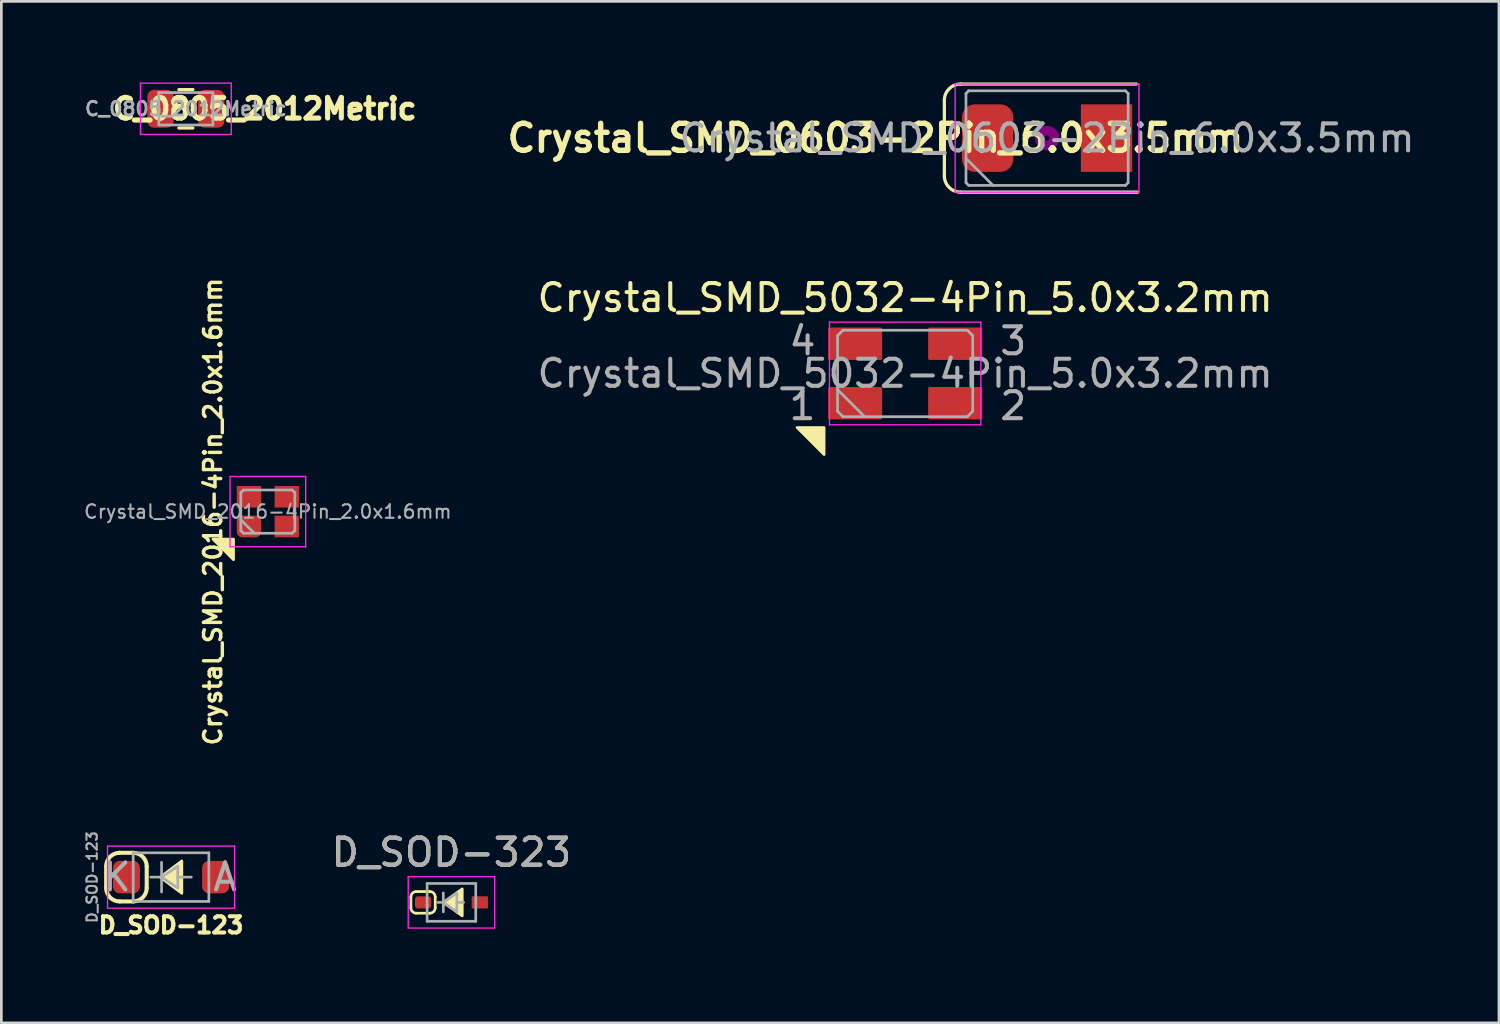
<source format=kicad_pcb>
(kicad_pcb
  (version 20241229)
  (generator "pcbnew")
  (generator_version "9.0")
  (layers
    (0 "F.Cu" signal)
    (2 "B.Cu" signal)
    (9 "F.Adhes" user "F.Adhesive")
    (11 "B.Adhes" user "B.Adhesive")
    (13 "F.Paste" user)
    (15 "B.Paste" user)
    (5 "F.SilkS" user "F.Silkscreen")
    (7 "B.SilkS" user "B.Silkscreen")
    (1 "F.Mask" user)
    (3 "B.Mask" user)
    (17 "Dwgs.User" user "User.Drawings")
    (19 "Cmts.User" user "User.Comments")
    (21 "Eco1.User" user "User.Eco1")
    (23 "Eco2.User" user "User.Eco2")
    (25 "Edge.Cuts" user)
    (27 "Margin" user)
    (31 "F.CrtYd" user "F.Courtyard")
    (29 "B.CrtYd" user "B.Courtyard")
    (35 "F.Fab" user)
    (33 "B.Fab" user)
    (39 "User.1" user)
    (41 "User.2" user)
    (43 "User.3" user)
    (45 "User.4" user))
  (footprint "Crystal_SMD_5032-4Pin_5.0x3.2mm"
    (layer "F.Cu")
    (at 30.44 10.768)
    (property "Reference" "Crystal_SMD_5032-4Pin_5.0x3.2mm" (at 0 -2.8 0) (layer "F.SilkS") (effects (font (size 1 1) (thickness 0.15))))
    (attr smd)
    (fp_poly (pts (xy -4 2) (xy -3 2) (xy -3 3)) (stroke (width 0.1) (type solid)) (fill yes) (layer "F.SilkS"))
    (fp_line (start -2.8 -1.9) (end -2.8 1.9) (stroke (width 0.05) (type solid)) (layer "F.CrtYd"))
    (fp_line (start -2.8 1.9) (end 2.8 1.9) (stroke (width 0.05) (type solid)) (layer "F.CrtYd"))
    (fp_line (start 2.8 -1.9) (end -2.8 -1.9) (stroke (width 0.05) (type solid)) (layer "F.CrtYd"))
    (fp_line (start 2.8 1.9) (end 2.8 -1.9) (stroke (width 0.05) (type solid)) (layer "F.CrtYd"))
    (fp_line (start -2.5 -1.4) (end -2.3 -1.6) (stroke (width 0.1) (type solid)) (layer "F.Fab"))
    (fp_line (start -2.5 0.6) (end -1.5 1.6) (stroke (width 0.1) (type solid)) (layer "F.Fab"))
    (fp_line (start -2.5 1.4) (end -2.5 -1.4) (stroke (width 0.1) (type solid)) (layer "F.Fab"))
    (fp_line (start -2.3 -1.6) (end 2.3 -1.6) (stroke (width 0.1) (type solid)) (layer "F.Fab"))
    (fp_line (start -2.3 1.6) (end -2.5 1.4) (stroke (width 0.1) (type solid)) (layer "F.Fab"))
    (fp_line (start 2.3 -1.6) (end 2.5 -1.4) (stroke (width 0.1) (type solid)) (layer "F.Fab"))
    (fp_line (start 2.3 1.6) (end -2.3 1.6) (stroke (width 0.1) (type solid)) (layer "F.Fab"))
    (fp_line (start 2.5 -1.4) (end 2.5 1.4) (stroke (width 0.1) (type solid)) (layer "F.Fab"))
    (fp_line (start 2.5 1.4) (end 2.3 1.6) (stroke (width 0.1) (type solid)) (layer "F.Fab"))
    (fp_text user "${REFERENCE}" (at 0 0 0) (layer "F.Fab") (effects (font (size 1 1) (thickness 0.15))))
    (fp_text user "4" (at -3.8 -1.2 0) (layer "F.Fab") (effects (font (size 1 1) (thickness 0.15))))
    (fp_text user "1" (at -3.8 1.2 0) (layer "F.Fab") (effects (font (size 1 1) (thickness 0.15))))
    (fp_text user "3" (at 4 -1.2 0) (layer "F.Fab") (effects (font (size 1 1) (thickness 0.15))))
    (fp_text user "2" (at 4 1.2 0) (layer "F.Fab") (effects (font (size 1 1) (thickness 0.15))))
    (pad "1" smd roundrect (at -1.85 1.1) (size 2 1.2) (layers "F.Cu" "F.Mask" "F.Paste") (roundrect_rratio 0.05))
    (pad "2" smd roundrect (at 1.85 1.1) (size 2 1.2) (layers "F.Cu" "F.Mask" "F.Paste") (roundrect_rratio 0.05))
    (pad "3" smd roundrect (at 1.85 -1.1) (size 2 1.2) (layers "F.Cu" "F.Mask" "F.Paste") (roundrect_rratio 0.05))
    (pad "4" smd roundrect (at -1.85 -1.1) (size 2 1.2) (layers "F.Cu" "F.Mask" "F.Paste") (roundrect_rratio 0.05)))
  (footprint "Crystal_SMD_2016-4Pin_2.0x1.6mm"
    (layer "F.Cu")
    (at 6.86 15.88)
    (property "Reference" "Crystal_SMD_2016-4Pin_2.0x1.6mm" (at -2.032 0 270) (layer "F.SilkS") (effects (font (size 0.635 0.635) (thickness 0.127))))
    (attr smd)
    (fp_poly (pts (xy -2.032 1.016) (xy -1.27 1.016) (xy -1.27 1.778)) (stroke (width 0.1) (type solid)) (fill yes) (layer "F.SilkS"))
    (fp_line (start -1.4 -1.3) (end -1.4 1.3) (stroke (width 0.05) (type solid)) (layer "F.CrtYd"))
    (fp_line (start -1.4 1.3) (end 1.4 1.3) (stroke (width 0.05) (type solid)) (layer "F.CrtYd"))
    (fp_line (start 1.4 -1.3) (end -1.4 -1.3) (stroke (width 0.05) (type solid)) (layer "F.CrtYd"))
    (fp_line (start 1.4 1.3) (end 1.4 -1.3) (stroke (width 0.05) (type solid)) (layer "F.CrtYd"))
    (fp_line (start -1 -0.7) (end -0.9 -0.8) (stroke (width 0.1) (type solid)) (layer "F.Fab"))
    (fp_line (start -1 0.3) (end -0.5 0.8) (stroke (width 0.1) (type solid)) (layer "F.Fab"))
    (fp_line (start -1 0.7) (end -1 -0.7) (stroke (width 0.1) (type solid)) (layer "F.Fab"))
    (fp_line (start -0.9 -0.8) (end 0.9 -0.8) (stroke (width 0.1) (type solid)) (layer "F.Fab"))
    (fp_line (start -0.9 0.8) (end -1 0.7) (stroke (width 0.1) (type solid)) (layer "F.Fab"))
    (fp_line (start 0.9 -0.8) (end 1 -0.7) (stroke (width 0.1) (type solid)) (layer "F.Fab"))
    (fp_line (start 0.9 0.8) (end -0.9 0.8) (stroke (width 0.1) (type solid)) (layer "F.Fab"))
    (fp_line (start 1 -0.7) (end 1 0.7) (stroke (width 0.1) (type solid)) (layer "F.Fab"))
    (fp_line (start 1 0.7) (end 0.9 0.8) (stroke (width 0.1) (type solid)) (layer "F.Fab"))
    (fp_text user "${REFERENCE}" (at 0 0 0) (layer "F.Fab") (effects (font (size 0.5 0.5) (thickness 0.075))))
    (pad "1" smd roundrect (at -0.7 0.55) (size 0.9 0.8) (layers "F.Cu" "F.Mask" "F.Paste") (roundrect_rratio 0.25))
    (pad "2" smd rect (at 0.7 0.55) (size 0.9 0.8) (layers "F.Cu" "F.Mask" "F.Paste"))
    (pad "3" smd rect (at 0.7 -0.55) (size 0.9 0.8) (layers "F.Cu" "F.Mask" "F.Paste"))
    (pad "4" smd rect (at -0.7 -0.55) (size 0.9 0.8) (layers "F.Cu" "F.Mask" "F.Paste")))
  (footprint "C_0805_2012Metric"
    (layer "F.Cu")
    (at 3.827 0.975)
    (property "Reference" "C_0805_2012Metric" (at 2.921 0 180) (layer "F.SilkS") (effects (font (size 0.762 0.762) (thickness 0.191))))
    (attr smd)
    (fp_line (start -0.259 -0.71) (end 0.259 -0.71) (stroke (width 0.12) (type solid)) (layer "F.SilkS"))
    (fp_line (start -0.259 0.71) (end 0.259 0.71) (stroke (width 0.12) (type solid)) (layer "F.SilkS"))
    (fp_line (start -1.68 -0.95) (end 1.68 -0.95) (stroke (width 0.05) (type solid)) (layer "F.CrtYd"))
    (fp_line (start -1.68 0.95) (end -1.68 -0.95) (stroke (width 0.05) (type solid)) (layer "F.CrtYd"))
    (fp_line (start 1.68 -0.95) (end 1.68 0.95) (stroke (width 0.05) (type solid)) (layer "F.CrtYd"))
    (fp_line (start 1.68 0.95) (end -1.68 0.95) (stroke (width 0.05) (type solid)) (layer "F.CrtYd"))
    (fp_line (start -1 -0.6) (end 1 -0.6) (stroke (width 0.1) (type solid)) (layer "F.Fab"))
    (fp_line (start -1 0.6) (end -1 -0.6) (stroke (width 0.1) (type solid)) (layer "F.Fab"))
    (fp_line (start 1 -0.6) (end 1 0.6) (stroke (width 0.1) (type solid)) (layer "F.Fab"))
    (fp_line (start 1 0.6) (end -1 0.6) (stroke (width 0.1) (type solid)) (layer "F.Fab"))
    (fp_text user "${REFERENCE}" (at 0 0 180) (layer "F.Fab") (effects (font (size 0.508 0.508) (thickness 0.102))))
    (pad "1" smd roundrect (at -0.938 0) (size 0.975 1.4) (layers "F.Cu" "F.Mask" "F.Paste") (roundrect_rratio 0.25))
    (pad "2" smd roundrect (at 0.938 0) (size 0.975 1.4) (layers "F.Cu" "F.Mask" "F.Paste") (roundrect_rratio 0.25)))
  (footprint "D_SOD-123"
    (layer "F.Cu")
    (at 3.278 29.403)
    (property "Reference" "D_SOD-123" (at -0.00012 1.779 180) (layer "F.SilkS") (effects (font (size 0.6 0.6) (thickness 0.15))))
    (attr smd)
    (fp_line (start -2.4 -0.4) (end -2.4 0.4) (stroke (width 0.15) (type solid)) (layer "F.SilkS"))
    (fp_line (start -1.9 -0.9) (end -1.4 -0.9) (stroke (width 0.15) (type solid)) (layer "F.SilkS"))
    (fp_line (start -1.4 0.9) (end -1.9 0.9) (stroke (width 0.15) (type solid)) (layer "F.SilkS"))
    (fp_line (start -0.9 -0.4) (end -0.9 0.4) (stroke (width 0.15) (type solid)) (layer "F.SilkS"))
    (fp_arc (start -2.4 -0.4) (mid -2.253553 -0.753553) (end -1.9 -0.9) (stroke (width 0.15) (type solid)) (layer "F.SilkS"))
    (fp_arc (start -1.9 0.9) (mid -2.253553 0.753553) (end -2.4 0.4) (stroke (width 0.15) (type solid)) (layer "F.SilkS"))
    (fp_arc (start -1.4 -0.9) (mid -1.046447 -0.753553) (end -0.9 -0.4) (stroke (width 0.15) (type solid)) (layer "F.SilkS"))
    (fp_arc (start -0.9 0.4) (mid -1.046447 0.753553) (end -1.4 0.9) (stroke (width 0.15) (type solid)) (layer "F.SilkS"))
    (fp_poly (pts (xy -0.4 0) (xy 0.4 -0.6) (xy 0.4 0.6)) (stroke (width 0.1) (type solid)) (fill yes) (layer "F.SilkS"))
    (fp_line (start -2.35 -1.15) (end -2.35 1.15) (stroke (width 0.05) (type solid)) (layer "F.CrtYd"))
    (fp_line (start -2.35 -1.15) (end 2.35 -1.15) (stroke (width 0.05) (type solid)) (layer "F.CrtYd"))
    (fp_line (start 2.35 -1.15) (end 2.35 1.15) (stroke (width 0.05) (type solid)) (layer "F.CrtYd"))
    (fp_line (start 2.35 1.15) (end -2.35 1.15) (stroke (width 0.05) (type solid)) (layer "F.CrtYd"))
    (fp_line (start -1.4 -0.9) (end 1.4 -0.9) (stroke (width 0.1) (type solid)) (layer "F.Fab"))
    (fp_line (start -1.4 0.9) (end -1.4 -0.9) (stroke (width 0.1) (type solid)) (layer "F.Fab"))
    (fp_line (start -0.75 0) (end -0.35 0) (stroke (width 0.1) (type solid)) (layer "F.Fab"))
    (fp_line (start -0.35 0) (end -0.35 -0.55) (stroke (width 0.1) (type solid)) (layer "F.Fab"))
    (fp_line (start -0.35 0) (end -0.35 0.55) (stroke (width 0.1) (type solid)) (layer "F.Fab"))
    (fp_line (start -0.35 0) (end 0.25 -0.4) (stroke (width 0.1) (type solid)) (layer "F.Fab"))
    (fp_line (start 0.25 -0.4) (end 0.25 0.4) (stroke (width 0.1) (type solid)) (layer "F.Fab"))
    (fp_line (start 0.25 0) (end 0.75 0) (stroke (width 0.1) (type solid)) (layer "F.Fab"))
    (fp_line (start 0.25 0.4) (end -0.35 0) (stroke (width 0.1) (type solid)) (layer "F.Fab"))
    (fp_line (start 1.4 -0.9) (end 1.4 0.9) (stroke (width 0.1) (type solid)) (layer "F.Fab"))
    (fp_line (start 1.4 0.9) (end -1.4 0.9) (stroke (width 0.1) (type solid)) (layer "F.Fab"))
    (fp_text user "K" (at -2 0 0) (layer "F.Fab") (effects (font (size 1 1) (thickness 0.15))))
    (fp_text user "A" (at 2 0 0) (layer "F.Fab") (effects (font (size 1 1) (thickness 0.15))))
    (fp_text user "${REFERENCE}" (at -2.921 0 270) (layer "F.Fab") (effects (font (size 0.381 0.381) (thickness 0.076))))
    (pad "1" smd roundrect (at -1.65 0) (size 1 1.2) (layers "F.Cu" "F.Mask" "F.Paste") (roundrect_rratio 0.25))
    (pad "2" smd roundrect (at 1.65 0) (size 1 1.2) (layers "F.Cu" "F.Mask" "F.Paste") (roundrect_rratio 0.25)))
  (footprint "Crystal_SMD_0603-2Pin_6.0x3.5mm"
    (layer "F.Cu")
    (at 35.691 2.06)
    (property "Reference" "Crystal_SMD_0603-2Pin_6.0x3.5mm" (at -6.35 0 0) (layer "F.SilkS") (effects (font (size 1 1) (thickness 0.2))))
    (attr smd)
    (fp_line (start -3.8 -1.4) (end -3.8 1.4) (stroke (width 0.12) (type solid)) (layer "F.SilkS"))
    (fp_line (start -3.2 2) (end 3.35 2) (stroke (width 0.12) (type solid)) (layer "F.SilkS"))
    (fp_line (start 3.3 -2) (end -3.2 -2) (stroke (width 0.12) (type solid)) (layer "F.SilkS"))
    (fp_arc (start -3.8 -1.4) (mid -3.624264 -1.824264) (end -3.2 -2) (stroke (width 0.12) (type solid)) (layer "F.SilkS"))
    (fp_arc (start -3.2 2) (mid -3.624264 1.824264) (end -3.8 1.4) (stroke (width 0.12) (type solid)) (layer "F.SilkS"))
    (fp_circle (center 0 0) (end 0.093 0) (stroke (width 0.187) (type solid)) (fill no) (layer "F.Adhes"))
    (fp_circle (center 0 0) (end 0.213 0) (stroke (width 0.133) (type solid)) (fill no) (layer "F.Adhes"))
    (fp_circle (center 0 0) (end 0.333 0) (stroke (width 0.133) (type solid)) (fill no) (layer "F.Adhes"))
    (fp_circle (center 0 0) (end 0.4 0) (stroke (width 0.1) (type solid)) (fill no) (layer "F.Adhes"))
    (fp_line (start -3.4 -2) (end -3.4 2) (stroke (width 0.05) (type solid)) (layer "F.CrtYd"))
    (fp_line (start -3.4 2) (end 3.4 2) (stroke (width 0.05) (type solid)) (layer "F.CrtYd"))
    (fp_line (start 3.4 -2) (end -3.4 -2) (stroke (width 0.05) (type solid)) (layer "F.CrtYd"))
    (fp_line (start 3.4 2) (end 3.4 -2) (stroke (width 0.05) (type solid)) (layer "F.CrtYd"))
    (fp_line (start -3 -1.65) (end -2.9 -1.75) (stroke (width 0.1) (type solid)) (layer "F.Fab"))
    (fp_line (start -3 0.75) (end -2 1.75) (stroke (width 0.1) (type solid)) (layer "F.Fab"))
    (fp_line (start -3 1.65) (end -3 -1.65) (stroke (width 0.1) (type solid)) (layer "F.Fab"))
    (fp_line (start -2.9 -1.75) (end 2.9 -1.75) (stroke (width 0.1) (type solid)) (layer "F.Fab"))
    (fp_line (start -2.9 1.75) (end -3 1.65) (stroke (width 0.1) (type solid)) (layer "F.Fab"))
    (fp_line (start 2.9 -1.75) (end 3 -1.65) (stroke (width 0.1) (type solid)) (layer "F.Fab"))
    (fp_line (start 2.9 1.75) (end -2.9 1.75) (stroke (width 0.1) (type solid)) (layer "F.Fab"))
    (fp_line (start 3 -1.65) (end 3 1.65) (stroke (width 0.1) (type solid)) (layer "F.Fab"))
    (fp_line (start 3 1.65) (end 2.9 1.75) (stroke (width 0.1) (type solid)) (layer "F.Fab"))
    (fp_text user "${REFERENCE}" (at 0 0 0) (layer "F.Fab") (effects (font (size 1 1) (thickness 0.15))))
    (pad "1" smd roundrect (at -2.2 0) (size 1.9 2.5) (layers "F.Cu" "F.Mask" "F.Paste") (roundrect_rratio 0.25))
    (pad "2" smd rect (at 2.2 0) (size 1.9 2.5) (layers "F.Cu" "F.Mask" "F.Paste")))
  (footprint "D_SOD-323"
    (layer "F.Cu")
    (at 13.653 30.338)
    (property "Reference" "D_SOD-323" (at 0 -1.85 0) (layer "F.SilkS") (effects (font (size 1 1) (thickness 0.15))))
    (attr smd)
    (fp_line (start -1.5 0.2) (end -1.5 -0.2) (stroke (width 0.1) (type solid)) (layer "F.SilkS"))
    (fp_line (start -1.3 -0.4) (end -0.8 -0.4) (stroke (width 0.1) (type solid)) (layer "F.SilkS"))
    (fp_line (start -0.8 0.4) (end -1.3 0.4) (stroke (width 0.1) (type solid)) (layer "F.SilkS"))
    (fp_line (start -0.6 -0.2) (end -0.6 0.2) (stroke (width 0.1) (type solid)) (layer "F.SilkS"))
    (fp_arc (start -1.5 -0.2) (mid -1.441421 -0.341421) (end -1.3 -0.4) (stroke (width 0.1) (type solid)) (layer "F.SilkS"))
    (fp_arc (start -1.3 0.4) (mid -1.441421 0.341421) (end -1.5 0.2) (stroke (width 0.1) (type solid)) (layer "F.SilkS"))
    (fp_arc (start -0.8 -0.4) (mid -0.658579 -0.341421) (end -0.6 -0.2) (stroke (width 0.1) (type solid)) (layer "F.SilkS"))
    (fp_arc (start -0.6 0.2) (mid -0.658579 0.341421) (end -0.8 0.4) (stroke (width 0.1) (type solid)) (layer "F.SilkS"))
    (fp_poly (pts (xy 0.4 -0.5) (xy 0.4 0.5) (xy -0.3 0)) (stroke (width 0.1) (type solid)) (fill yes) (layer "F.SilkS"))
    (fp_line (start -1.6 -0.95) (end -1.6 0.95) (stroke (width 0.05) (type solid)) (layer "F.CrtYd"))
    (fp_line (start -1.6 -0.95) (end 1.6 -0.95) (stroke (width 0.05) (type solid)) (layer "F.CrtYd"))
    (fp_line (start -1.6 0.95) (end 1.6 0.95) (stroke (width 0.05) (type solid)) (layer "F.CrtYd"))
    (fp_line (start 1.6 -0.95) (end 1.6 0.95) (stroke (width 0.05) (type solid)) (layer "F.CrtYd"))
    (fp_line (start -0.9 -0.7) (end 0.9 -0.7) (stroke (width 0.1) (type solid)) (layer "F.Fab"))
    (fp_line (start -0.9 0.7) (end -0.9 -0.7) (stroke (width 0.1) (type solid)) (layer "F.Fab"))
    (fp_line (start -0.3 -0.35) (end -0.3 0.35) (stroke (width 0.1) (type solid)) (layer "F.Fab"))
    (fp_line (start -0.3 0) (end -0.5 0) (stroke (width 0.1) (type solid)) (layer "F.Fab"))
    (fp_line (start -0.3 0) (end 0.2 -0.35) (stroke (width 0.1) (type solid)) (layer "F.Fab"))
    (fp_line (start 0.2 -0.35) (end 0.2 0.35) (stroke (width 0.1) (type solid)) (layer "F.Fab"))
    (fp_line (start 0.2 0) (end 0.45 0) (stroke (width 0.1) (type solid)) (layer "F.Fab"))
    (fp_line (start 0.2 0.35) (end -0.3 0) (stroke (width 0.1) (type solid)) (layer "F.Fab"))
    (fp_line (start 0.9 -0.7) (end 0.9 0.7) (stroke (width 0.1) (type solid)) (layer "F.Fab"))
    (fp_line (start 0.9 0.7) (end -0.9 0.7) (stroke (width 0.1) (type solid)) (layer "F.Fab"))
    (fp_text user "${REFERENCE}" (at 0 -1.85 0) (layer "F.Fab") (effects (font (size 1 1) (thickness 0.15))))
    (pad "1" smd roundrect (at -1.05 0) (size 0.6 0.45) (layers "F.Cu" "F.Mask" "F.Paste") (roundrect_rratio 0.25))
    (pad "2" smd rect (at 1.05 0) (size 0.6 0.45) (layers "F.Cu" "F.Mask" "F.Paste")))
  (gr_rect
    (start -3 -3)
    (end 52.411 34.796)
    (stroke (width 0.1) (type default))
    (fill no)
    (layer "Edge.Cuts")))
</source>
